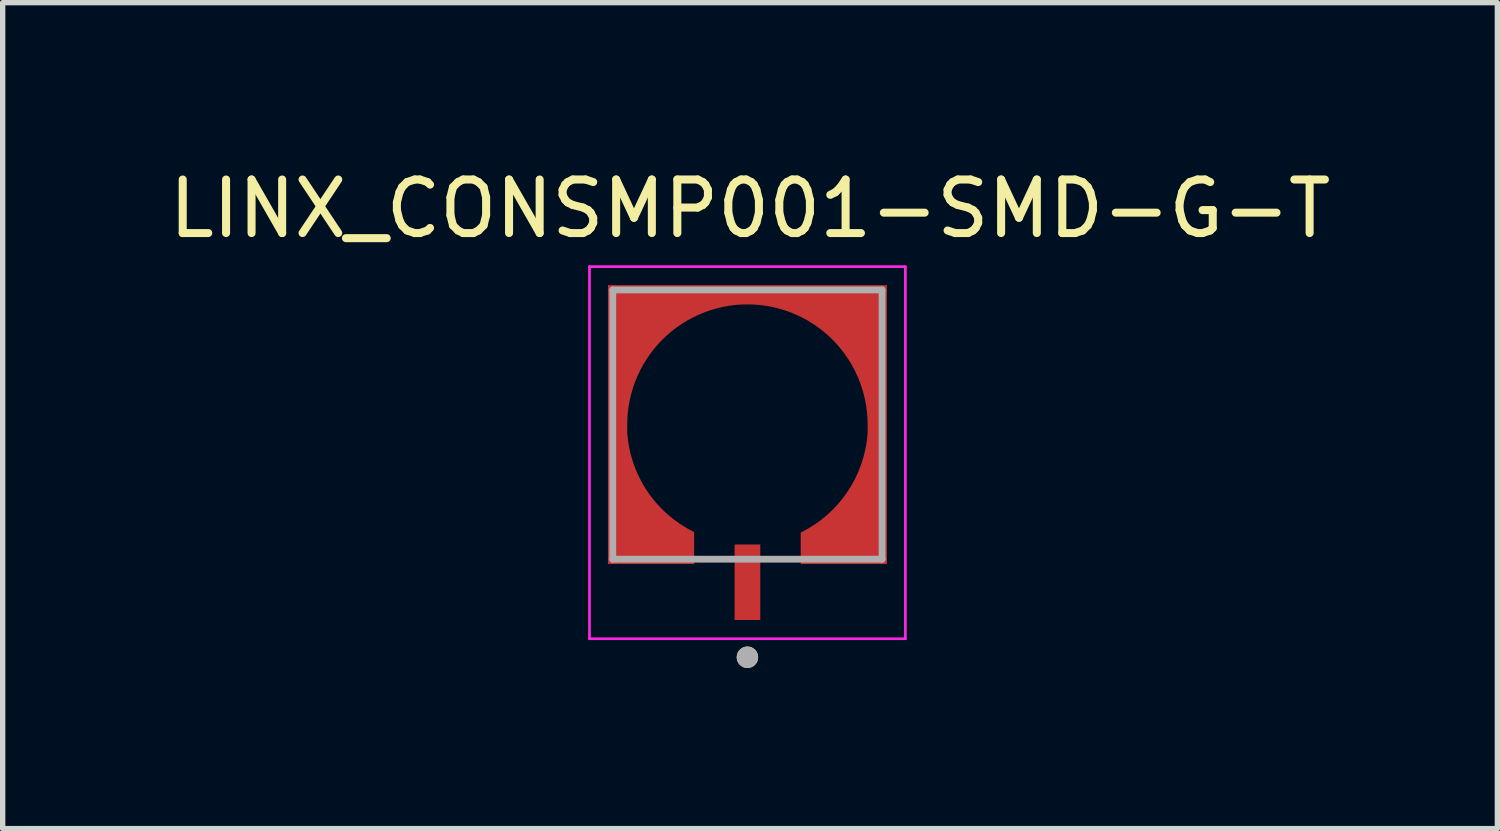
<source format=kicad_pcb>
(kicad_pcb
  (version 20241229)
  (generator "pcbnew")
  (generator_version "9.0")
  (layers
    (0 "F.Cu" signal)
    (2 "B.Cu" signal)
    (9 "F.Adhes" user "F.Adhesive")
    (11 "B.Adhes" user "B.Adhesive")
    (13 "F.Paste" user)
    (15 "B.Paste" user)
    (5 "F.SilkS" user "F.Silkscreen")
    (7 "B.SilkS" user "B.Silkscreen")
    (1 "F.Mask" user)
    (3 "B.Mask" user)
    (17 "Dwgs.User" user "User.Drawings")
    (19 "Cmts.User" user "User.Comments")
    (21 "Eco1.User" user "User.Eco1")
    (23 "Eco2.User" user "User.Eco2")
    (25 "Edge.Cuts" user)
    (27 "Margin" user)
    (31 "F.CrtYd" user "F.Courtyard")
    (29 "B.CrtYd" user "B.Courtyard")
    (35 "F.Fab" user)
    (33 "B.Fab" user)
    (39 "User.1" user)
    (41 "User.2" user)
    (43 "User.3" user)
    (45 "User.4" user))
  (footprint "LINX_CONSMP001-SMD-G-T"
    (layer "F.Cu")
    (at 10.91 4.88)
    (property "Reference" "LINX_CONSMP001-SMD-G-T" (at 0.048 -4.032 0) (layer "F.SilkS") (effects (font (size 1 1) (thickness 0.15))))
    (attr through_hole)
    (fp_poly (pts (xy -0.9 2.7) (xy -2.7 2.7) (xy -2.7 -2.7) (xy 2.7 -2.7) (xy 2.7 2.7) (xy 0.9 2.7) (xy 0.9 1.95) (xy 0.961 1.92) (xy 1.029 1.884) (xy 1.095 1.846) (xy 1.16 1.805) (xy 1.223 1.763) (xy 1.285 1.718) (xy 1.345 1.671) (xy 1.404 1.621) (xy 1.461 1.57) (xy 1.516 1.517) (xy 1.569 1.462) (xy 1.62 1.405) (xy 1.669 1.347) (xy 1.716 1.286) (xy 1.761 1.224) (xy 1.804 1.161) (xy 1.845 1.096) (xy 1.883 1.03) (xy 1.919 0.962) (xy 1.952 0.894) (xy 1.983 0.824) (xy 2.012 0.753) (xy 2.038 0.681) (xy 2.062 0.608) (xy 2.083 0.535) (xy 2.101 0.46) (xy 2.117 0.386) (xy 2.131 0.31) (xy 2.141 0.235) (xy 2.15 0.15) (xy 2.15 0) (xy 2.147 -0.113) (xy 2.138 -0.225) (xy 2.124 -0.336) (xy 2.103 -0.447) (xy 2.077 -0.556) (xy 2.045 -0.664) (xy 2.007 -0.77) (xy 1.964 -0.874) (xy 1.916 -0.976) (xy 1.862 -1.075) (xy 1.803 -1.171) (xy 1.739 -1.264) (xy 1.671 -1.353) (xy 1.598 -1.439) (xy 1.52 -1.52) (xy 1.439 -1.598) (xy 1.353 -1.671) (xy 1.264 -1.739) (xy 1.171 -1.803) (xy 1.075 -1.862) (xy 0.976 -1.916) (xy 0.874 -1.964) (xy 0.77 -2.007) (xy 0.664 -2.045) (xy 0.556 -2.077) (xy 0.447 -2.103) (xy 0.336 -2.124) (xy 0.225 -2.138) (xy 0.113 -2.147) (xy 0 -2.15) (xy -0.113 -2.147) (xy -0.225 -2.138) (xy -0.336 -2.124) (xy -0.447 -2.103) (xy -0.556 -2.077) (xy -0.664 -2.045) (xy -0.77 -2.007) (xy -0.874 -1.964) (xy -0.976 -1.916) (xy -1.075 -1.862) (xy -1.171 -1.803) (xy -1.264 -1.739) (xy -1.353 -1.671) (xy -1.439 -1.598) (xy -1.52 -1.52) (xy -1.598 -1.439) (xy -1.671 -1.353) (xy -1.739 -1.264) (xy -1.803 -1.171) (xy -1.862 -1.075) (xy -1.916 -0.976) (xy -1.964 -0.874) (xy -2.007 -0.77) (xy -2.045 -0.664) (xy -2.077 -0.556) (xy -2.103 -0.447) (xy -2.124 -0.336) (xy -2.138 -0.225) (xy -2.147 -0.113) (xy -2.15 0) (xy -2.15 0.15) (xy -2.141 0.235) (xy -2.131 0.31) (xy -2.117 0.386) (xy -2.101 0.46) (xy -2.083 0.535) (xy -2.062 0.608) (xy -2.038 0.681) (xy -2.012 0.753) (xy -1.983 0.824) (xy -1.952 0.894) (xy -1.919 0.962) (xy -1.883 1.03) (xy -1.845 1.096) (xy -1.804 1.161) (xy -1.761 1.224) (xy -1.716 1.286) (xy -1.669 1.347) (xy -1.62 1.405) (xy -1.569 1.462) (xy -1.516 1.517) (xy -1.461 1.57) (xy -1.404 1.621) (xy -1.345 1.671) (xy -1.285 1.718) (xy -1.223 1.763) (xy -1.16 1.805) (xy -1.095 1.846) (xy -1.029 1.884) (xy -0.961 1.92) (xy -0.9 1.95) (xy -0.9 2.7)) (stroke (width 0.01) (type solid)) (fill yes) (layer "F.Mask"))
    (fp_circle (center 0 4.346) (end 0.1 4.346) (stroke (width 0.2) (type solid)) (fill no) (layer "F.SilkS"))
    (fp_poly (pts (xy -1 2.6) (xy -2.6 2.6) (xy -2.6 -2.6) (xy 2.6 -2.6) (xy 2.6 2.6) (xy 1 2.6) (xy 1 2.02) (xy 1.062 1.988) (xy 1.13 1.95) (xy 1.197 1.91) (xy 1.263 1.867) (xy 1.328 1.822) (xy 1.39 1.775) (xy 1.451 1.726) (xy 1.511 1.674) (xy 1.568 1.62) (xy 1.624 1.565) (xy 1.677 1.508) (xy 1.729 1.448) (xy 1.778 1.387) (xy 1.825 1.325) (xy 1.87 1.26) (xy 1.913 1.194) (xy 1.953 1.127) (xy 1.992 1.058) (xy 2.027 0.989) (xy 2.06 0.917) (xy 2.091 0.845) (xy 2.119 0.772) (xy 2.145 0.698) (xy 2.168 0.622) (xy 2.188 0.547) (xy 2.206 0.47) (xy 2.221 0.393) (xy 2.233 0.316) (xy 2.243 0.238) (xy 2.25 0.15) (xy 2.25 0) (xy 2.247 -0.118) (xy 2.238 -0.235) (xy 2.222 -0.352) (xy 2.201 -0.468) (xy 2.173 -0.582) (xy 2.14 -0.695) (xy 2.101 -0.806) (xy 2.055 -0.915) (xy 2.005 -1.021) (xy 1.949 -1.125) (xy 1.887 -1.225) (xy 1.82 -1.323) (xy 1.749 -1.416) (xy 1.672 -1.506) (xy 1.591 -1.591) (xy 1.506 -1.672) (xy 1.416 -1.749) (xy 1.323 -1.82) (xy 1.225 -1.887) (xy 1.125 -1.949) (xy 1.021 -2.005) (xy 0.915 -2.055) (xy 0.806 -2.101) (xy 0.695 -2.14) (xy 0.582 -2.173) (xy 0.468 -2.201) (xy 0.352 -2.222) (xy 0.235 -2.238) (xy 0.118 -2.247) (xy 0 -2.25) (xy -0.118 -2.247) (xy -0.235 -2.238) (xy -0.352 -2.222) (xy -0.468 -2.201) (xy -0.582 -2.173) (xy -0.695 -2.14) (xy -0.806 -2.101) (xy -0.915 -2.055) (xy -1.021 -2.005) (xy -1.125 -1.949) (xy -1.225 -1.887) (xy -1.323 -1.82) (xy -1.416 -1.749) (xy -1.506 -1.672) (xy -1.591 -1.591) (xy -1.672 -1.506) (xy -1.749 -1.416) (xy -1.82 -1.323) (xy -1.887 -1.225) (xy -1.949 -1.125) (xy -2.005 -1.021) (xy -2.055 -0.915) (xy -2.101 -0.806) (xy -2.14 -0.695) (xy -2.173 -0.582) (xy -2.201 -0.468) (xy -2.222 -0.352) (xy -2.238 -0.235) (xy -2.247 -0.118) (xy -2.25 0) (xy -2.25 0.15) (xy -2.243 0.232) (xy -2.233 0.309) (xy -2.221 0.387) (xy -2.206 0.463) (xy -2.189 0.54) (xy -2.168 0.615) (xy -2.146 0.69) (xy -2.12 0.764) (xy -2.092 0.837) (xy -2.061 0.909) (xy -2.028 0.98) (xy -1.993 1.05) (xy -1.955 1.118) (xy -1.915 1.185) (xy -1.872 1.251) (xy -1.827 1.315) (xy -1.78 1.377) (xy -1.731 1.438) (xy -1.68 1.497) (xy -1.626 1.554) (xy -1.571 1.61) (xy -1.514 1.663) (xy -1.455 1.714) (xy -1.394 1.763) (xy -1.331 1.81) (xy -1.267 1.855) (xy -1.202 1.898) (xy -1.135 1.938) (xy -1.066 1.976) (xy -1 2.01) (xy -1 2.6)) (stroke (width 0.01) (type solid)) (fill yes) (layer "F.Paste"))
    (fp_line (start -2.95 -2.95) (end -2.95 4) (stroke (width 0.05) (type solid)) (layer "F.CrtYd"))
    (fp_line (start -2.95 4) (end 2.95 4) (stroke (width 0.05) (type solid)) (layer "F.CrtYd"))
    (fp_line (start 2.95 -2.95) (end -2.95 -2.95) (stroke (width 0.05) (type solid)) (layer "F.CrtYd"))
    (fp_line (start 2.95 4) (end 2.95 -2.95) (stroke (width 0.05) (type solid)) (layer "F.CrtYd"))
    (fp_line (start -2.515 -2.515) (end -2.515 2.515) (stroke (width 0.127) (type solid)) (layer "F.Fab"))
    (fp_line (start -2.515 2.515) (end 2.515 2.515) (stroke (width 0.127) (type solid)) (layer "F.Fab"))
    (fp_line (start 2.515 -2.515) (end -2.515 -2.515) (stroke (width 0.127) (type solid)) (layer "F.Fab"))
    (fp_line (start 2.515 2.515) (end 2.515 -2.515) (stroke (width 0.127) (type solid)) (layer "F.Fab"))
    (fp_circle (center 0 4.346) (end 0.1 4.346) (stroke (width 0.2) (type solid)) (fill no) (layer "F.Fab"))
    (pad "1" smd rect (at 0 2.945) (size 0.48 1.41) (layers "F.Cu" "F.Mask" "F.Paste"))
    (pad "S1" smd custom (at -2 2) (size 0.48 0.48) (layers "F.Cu") (options (anchor rect)) (primitives (gr_poly (pts (xy 4.6 0.6) (xy 3 0.6) (xy 3 0.02) (xy 3.062 -0.012) (xy 3.13 -0.05) (xy 3.197 -0.09) (xy 3.263 -0.133) (xy 3.328 -0.178) (xy 3.39 -0.225) (xy 3.451 -0.274) (xy 3.511 -0.326) (xy 3.568 -0.38) (xy 3.624 -0.435) (xy 3.677 -0.492) (xy 3.729 -0.552) (xy 3.778 -0.613) (xy 3.825 -0.675) (xy 3.87 -0.74) (xy 3.913 -0.806) (xy 3.953 -0.873) (xy 3.992 -0.942) (xy 4.027 -1.011) (xy 4.06 -1.083) (xy 4.091 -1.155) (xy 4.119 -1.228) (xy 4.145 -1.302) (xy 4.168 -1.378) (xy 4.188 -1.453) (xy 4.206 -1.53) (xy 4.221 -1.607) (xy 4.233 -1.684) (xy 4.243 -1.762) (xy 4.25 -1.85) (xy 4.25 -2) (xy 4.247 -2.118) (xy 4.238 -2.235) (xy 4.222 -2.352) (xy 4.201 -2.468) (xy 4.173 -2.582) (xy 4.14 -2.695) (xy 4.101 -2.806) (xy 4.055 -2.915) (xy 4.005 -3.021) (xy 3.949 -3.125) (xy 3.887 -3.225) (xy 3.82 -3.323) (xy 3.749 -3.416) (xy 3.672 -3.506) (xy 3.591 -3.591) (xy 3.506 -3.672) (xy 3.416 -3.749) (xy 3.323 -3.82) (xy 3.225 -3.887) (xy 3.125 -3.949) (xy 3.021 -4.005) (xy 2.915 -4.055) (xy 2.806 -4.101) (xy 2.695 -4.14) (xy 2.582 -4.173) (xy 2.468 -4.201) (xy 2.352 -4.222) (xy 2.235 -4.238) (xy 2.118 -4.247) (xy 2 -4.25) (xy 1.882 -4.247) (xy 1.765 -4.238) (xy 1.648 -4.222) (xy 1.532 -4.201) (xy 1.418 -4.173) (xy 1.305 -4.14) (xy 1.194 -4.101) (xy 1.085 -4.055) (xy 0.979 -4.005) (xy 0.875 -3.949) (xy 0.775 -3.887) (xy 0.677 -3.82) (xy 0.584 -3.749) (xy 0.494 -3.672) (xy 0.409 -3.591) (xy 0.328 -3.506) (xy 0.251 -3.416) (xy 0.18 -3.323) (xy 0.113 -3.225) (xy 0.051 -3.125) (xy -0.005 -3.021) (xy -0.055 -2.915) (xy -0.101 -2.806) (xy -0.14 -2.695) (xy -0.173 -2.582) (xy -0.201 -2.468) (xy -0.222 -2.352) (xy -0.238 -2.235) (xy -0.247 -2.118) (xy -0.25 -2) (xy -0.25 -1.85) (xy -0.243 -1.768) (xy -0.233 -1.691) (xy -0.221 -1.613) (xy -0.206 -1.537) (xy -0.189 -1.46) (xy -0.168 -1.385) (xy -0.146 -1.31) (xy -0.12 -1.236) (xy -0.092 -1.163) (xy -0.061 -1.091) (xy -0.028 -1.02) (xy 0.007 -0.95) (xy 0.045 -0.882) (xy 0.085 -0.815) (xy 0.128 -0.749) (xy 0.173 -0.685) (xy 0.22 -0.623) (xy 0.269 -0.562) (xy 0.32 -0.503) (xy 0.374 -0.446) (xy 0.429 -0.39) (xy 0.486 -0.337) (xy 0.545 -0.286) (xy 0.606 -0.237) (xy 0.669 -0.19) (xy 0.733 -0.145) (xy 0.798 -0.102) (xy 0.865 -0.062) (xy 0.934 -0.024) (xy 1 0.01) (xy 1 0.6) (xy -0.6 0.6) (xy -0.6 -4.6) (xy 4.6 -4.6)) (width 0.01) (fill yes))))
    (zone (net_name "") (layer "F.Cu") (hatch edge 0.508) (connect_pads) (min_thickness 0.254) (filled_areas_thickness no) (keepout (tracks allowed) (vias allowed) (pads allowed) (copperpour not_allowed) (footprints allowed)) (placement (enabled no)) (fill) (polygon (pts (xy 13.45 7.42) (xy 8.37 7.42) (xy 8.37 2.34) (xy 13.45 2.34)))))
  (gr_rect
    (start -3 -3)
    (end 24.917 12.426)
    (stroke (width 0.1) (type default))
    (fill no)
    (layer "Edge.Cuts")))
</source>
